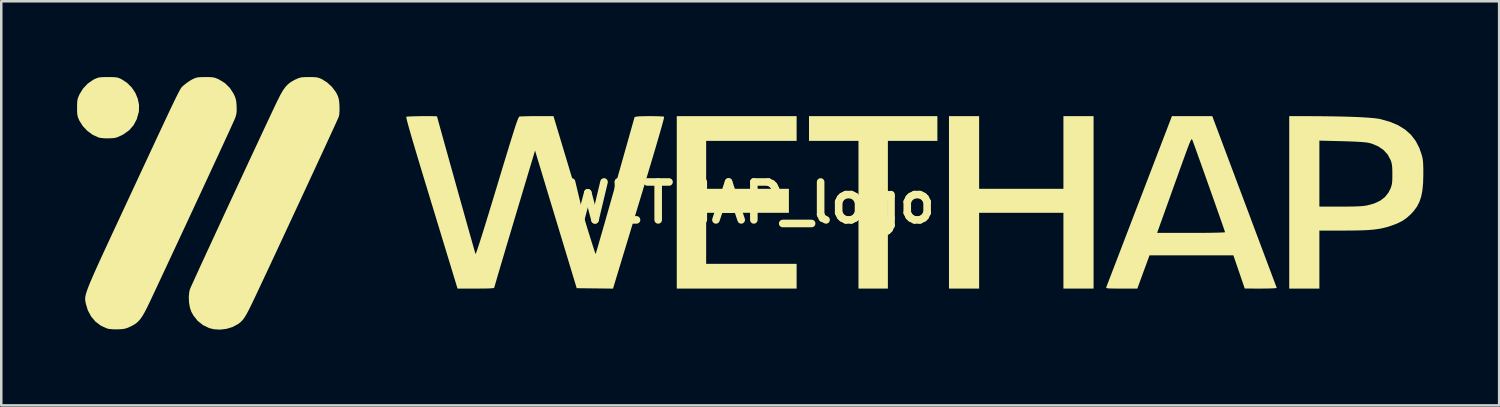
<source format=kicad_pcb>
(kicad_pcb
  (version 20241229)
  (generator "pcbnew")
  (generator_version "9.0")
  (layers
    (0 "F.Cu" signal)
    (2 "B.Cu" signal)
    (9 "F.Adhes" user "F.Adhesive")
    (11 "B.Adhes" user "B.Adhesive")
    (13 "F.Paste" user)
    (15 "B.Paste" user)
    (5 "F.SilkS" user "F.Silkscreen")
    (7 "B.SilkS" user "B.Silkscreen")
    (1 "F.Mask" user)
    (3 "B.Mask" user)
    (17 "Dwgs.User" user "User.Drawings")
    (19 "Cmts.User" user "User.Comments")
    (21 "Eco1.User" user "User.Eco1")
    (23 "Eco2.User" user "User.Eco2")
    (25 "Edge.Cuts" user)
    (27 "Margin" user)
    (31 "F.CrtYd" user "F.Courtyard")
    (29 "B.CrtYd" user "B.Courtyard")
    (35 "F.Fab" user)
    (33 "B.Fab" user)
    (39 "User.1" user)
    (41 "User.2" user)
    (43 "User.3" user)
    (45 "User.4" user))
  (footprint "WETHAP_logo"
    (layer "F.Cu")
    (at 26.639 4.973)
    (property "Reference" "WETHAP_logo" (at 0 0 0) (layer "F.SilkS") (effects (font (size 1.5 1.5) (thickness 0.3))))
    (attr board_only exclude_from_pos_files exclude_from_bom)
    (fp_poly (pts (xy 7.406 -2.938) (xy 7.406 -2.448) (xy 6.427 -2.448) (xy 5.447 -2.448) (xy 5.447 0.474) (xy 5.447 3.397) (xy 4.866 3.397) (xy 4.284 3.397) (xy 4.284 0.474) (xy 4.284 -2.448) (xy 3.305 -2.448) (xy 2.326 -2.448) (xy 2.326 -2.938) (xy 2.326 -3.427) (xy 4.866 -3.427) (xy 7.406 -3.427)) (stroke (width 0) (type solid)) (fill yes) (layer "F.SilkS"))
    (fp_poly (pts (xy 1.836 -2.938) (xy 1.836 -2.448) (xy 0.046 -2.448) (xy -1.744 -2.448) (xy -1.744 -1.5) (xy -1.744 -0.551) (xy -0.107 -0.551) (xy 1.53 -0.551) (xy 1.53 -0.077) (xy 1.53 0.398) (xy -0.107 0.398) (xy -1.744 0.398) (xy -1.744 1.408) (xy -1.744 2.418) (xy 0.046 2.418) (xy 1.836 2.418) (xy 1.836 2.907) (xy 1.836 3.397) (xy -0.536 3.397) (xy -2.907 3.397) (xy -2.907 -0.015) (xy -2.907 -3.427) (xy -0.536 -3.427) (xy 1.836 -3.427)) (stroke (width 0) (type solid)) (fill yes) (layer "F.SilkS"))
    (fp_poly (pts (xy 9.058 -1.989) (xy 9.058 -0.551) (xy 10.726 -0.551) (xy 12.394 -0.551) (xy 12.394 -1.989) (xy 12.394 -3.427) (xy 12.991 -3.427) (xy 13.587 -3.427) (xy 13.587 -0.015) (xy 13.587 3.397) (xy 12.991 3.397) (xy 12.394 3.397) (xy 12.394 1.897) (xy 12.394 0.398) (xy 10.726 0.398) (xy 9.058 0.398) (xy 9.058 1.897) (xy 9.058 3.397) (xy 8.462 3.397) (xy 7.865 3.397) (xy 7.865 -0.015) (xy 7.865 -3.427) (xy 8.462 -3.427) (xy 9.058 -3.427)) (stroke (width 0) (type solid)) (fill yes) (layer "F.SilkS"))
    (fp_poly (pts (xy -25.256 -4.972) (xy -25.142 -4.967) (xy -25.058 -4.956) (xy -24.988 -4.937) (xy -24.916 -4.906) (xy -24.875 -4.885) (xy -24.66 -4.745) (xy -24.478 -4.563) (xy -24.335 -4.35) (xy -24.237 -4.117) (xy -24.187 -3.871) (xy -24.192 -3.625) (xy -24.2 -3.579) (xy -24.278 -3.304) (xy -24.403 -3.068) (xy -24.575 -2.871) (xy -24.795 -2.712) (xy -24.872 -2.671) (xy -24.994 -2.614) (xy -25.09 -2.578) (xy -25.187 -2.559) (xy -25.309 -2.551) (xy -25.383 -2.548) (xy -25.557 -2.55) (xy -25.704 -2.564) (xy -25.789 -2.583) (xy -26.018 -2.687) (xy -26.23 -2.841) (xy -26.411 -3.032) (xy -26.549 -3.25) (xy -26.557 -3.268) (xy -26.595 -3.356) (xy -26.62 -3.436) (xy -26.633 -3.527) (xy -26.639 -3.648) (xy -26.639 -3.764) (xy -26.638 -3.914) (xy -26.631 -4.022) (xy -26.616 -4.107) (xy -26.588 -4.189) (xy -26.544 -4.287) (xy -26.542 -4.292) (xy -26.402 -4.519) (xy -26.22 -4.713) (xy -26.005 -4.863) (xy -25.966 -4.883) (xy -25.883 -4.921) (xy -25.812 -4.947) (xy -25.735 -4.962) (xy -25.638 -4.97) (xy -25.504 -4.973) (xy -25.415 -4.973)) (stroke (width 0) (type solid)) (fill yes) (layer "F.SilkS"))
    (fp_poly (pts (xy 22.194 -3.426) (xy 22.681 -3.423) (xy 23.132 -3.417) (xy 23.544 -3.408) (xy 23.912 -3.396) (xy 24.234 -3.381) (xy 24.506 -3.363) (xy 24.726 -3.343) (xy 24.889 -3.32) (xy 24.941 -3.309) (xy 25.318 -3.202) (xy 25.643 -3.064) (xy 25.918 -2.894) (xy 26.148 -2.689) (xy 26.334 -2.446) (xy 26.48 -2.164) (xy 26.569 -1.907) (xy 26.595 -1.81) (xy 26.613 -1.718) (xy 26.625 -1.618) (xy 26.632 -1.496) (xy 26.636 -1.339) (xy 26.637 -1.135) (xy 26.637 -1.117) (xy 26.628 -0.78) (xy 26.601 -0.494) (xy 26.554 -0.249) (xy 26.483 -0.037) (xy 26.386 0.152) (xy 26.26 0.325) (xy 26.15 0.445) (xy 25.981 0.598) (xy 25.8 0.722) (xy 25.59 0.826) (xy 25.353 0.914) (xy 25.194 0.964) (xy 25.035 1.004) (xy 24.869 1.036) (xy 24.687 1.061) (xy 24.482 1.079) (xy 24.243 1.091) (xy 23.964 1.098) (xy 23.636 1.101) (xy 23.476 1.102) (xy 22.523 1.102) (xy 22.523 2.249) (xy 22.523 3.397) (xy 21.927 3.397) (xy 21.33 3.397) (xy 21.33 -0.015) (xy 21.33 -2.458) (xy 22.523 -2.458) (xy 22.523 -1.152) (xy 22.523 0.153) (xy 23.351 0.153) (xy 23.632 0.152) (xy 23.859 0.149) (xy 24.042 0.143) (xy 24.188 0.135) (xy 24.306 0.123) (xy 24.403 0.107) (xy 24.414 0.105) (xy 24.699 0.027) (xy 24.932 -0.083) (xy 25.118 -0.225) (xy 25.259 -0.404) (xy 25.34 -0.568) (xy 25.372 -0.655) (xy 25.392 -0.74) (xy 25.405 -0.837) (xy 25.41 -0.963) (xy 25.411 -1.132) (xy 25.409 -1.306) (xy 25.402 -1.435) (xy 25.389 -1.535) (xy 25.367 -1.621) (xy 25.342 -1.689) (xy 25.226 -1.907) (xy 25.06 -2.089) (xy 24.849 -2.233) (xy 24.594 -2.339) (xy 24.476 -2.37) (xy 24.364 -2.388) (xy 24.192 -2.403) (xy 23.959 -2.417) (xy 23.664 -2.429) (xy 23.403 -2.436) (xy 22.523 -2.458) (xy 21.33 -2.458) (xy 21.33 -3.427)) (stroke (width 0) (type solid)) (fill yes) (layer "F.SilkS"))
    (fp_poly (pts (xy -17.305 -4.972) (xy -17.196 -4.966) (xy -17.112 -4.952) (xy -17.037 -4.928) (xy -16.952 -4.89) (xy -16.938 -4.883) (xy -16.737 -4.755) (xy -16.553 -4.585) (xy -16.405 -4.389) (xy -16.356 -4.301) (xy -16.311 -4.2) (xy -16.283 -4.105) (xy -16.266 -3.996) (xy -16.256 -3.85) (xy -16.255 -3.822) (xy -16.253 -3.637) (xy -16.264 -3.491) (xy -16.281 -3.408) (xy -16.299 -3.367) (xy -16.34 -3.274) (xy -16.403 -3.134) (xy -16.487 -2.95) (xy -16.59 -2.727) (xy -16.709 -2.469) (xy -16.842 -2.179) (xy -16.989 -1.862) (xy -17.147 -1.521) (xy -17.314 -1.16) (xy -17.488 -0.784) (xy -17.668 -0.397) (xy -17.851 -0.002) (xy -18.037 0.396) (xy -18.222 0.794) (xy -18.405 1.187) (xy -18.584 1.572) (xy -18.758 1.945) (xy -18.924 2.301) (xy -19.081 2.636) (xy -19.227 2.947) (xy -19.36 3.23) (xy -19.477 3.48) (xy -19.578 3.694) (xy -19.66 3.867) (xy -19.721 3.994) (xy -19.827 4.209) (xy -19.915 4.378) (xy -19.99 4.507) (xy -20.059 4.607) (xy -20.128 4.685) (xy -20.202 4.752) (xy -20.278 4.807) (xy -20.489 4.919) (xy -20.729 4.991) (xy -20.981 5.021) (xy -21.227 5.006) (xy -21.412 4.96) (xy -21.659 4.84) (xy -21.867 4.674) (xy -22.037 4.46) (xy -22.117 4.315) (xy -22.174 4.148) (xy -22.208 3.948) (xy -22.218 3.737) (xy -22.201 3.54) (xy -22.174 3.425) (xy -22.156 3.382) (xy -22.114 3.287) (xy -22.049 3.145) (xy -21.965 2.959) (xy -21.861 2.733) (xy -21.742 2.472) (xy -21.607 2.18) (xy -21.459 1.859) (xy -21.3 1.516) (xy -21.132 1.152) (xy -20.957 0.773) (xy -20.776 0.382) (xy -20.591 -0.016) (xy -20.404 -0.418) (xy -20.217 -0.82) (xy -20.032 -1.218) (xy -19.851 -1.607) (xy -19.675 -1.984) (xy -19.506 -2.345) (xy -19.347 -2.686) (xy -19.199 -3.003) (xy -19.063 -3.291) (xy -18.943 -3.548) (xy -18.839 -3.768) (xy -18.753 -3.948) (xy -18.714 -4.029) (xy -18.599 -4.258) (xy -18.496 -4.439) (xy -18.396 -4.579) (xy -18.293 -4.689) (xy -18.178 -4.778) (xy -18.043 -4.855) (xy -18 -4.876) (xy -17.905 -4.919) (xy -17.825 -4.947) (xy -17.743 -4.963) (xy -17.64 -4.971) (xy -17.499 -4.973) (xy -17.459 -4.973)) (stroke (width 0) (type solid)) (fill yes) (layer "F.SilkS"))
    (fp_poly (pts (xy 19.555 -0.043) (xy 19.719 0.393) (xy 19.876 0.813) (xy 20.026 1.214) (xy 20.168 1.591) (xy 20.3 1.942) (xy 20.42 2.263) (xy 20.528 2.55) (xy 20.622 2.8) (xy 20.7 3.01) (xy 20.762 3.174) (xy 20.806 3.291) (xy 20.83 3.356) (xy 20.835 3.369) (xy 20.809 3.378) (xy 20.73 3.385) (xy 20.604 3.391) (xy 20.44 3.395) (xy 20.245 3.397) (xy 20.208 3.397) (xy 19.57 3.396) (xy 19.345 2.739) (xy 19.12 2.081) (xy 17.46 2.081) (xy 15.801 2.081) (xy 15.56 2.739) (xy 15.319 3.397) (xy 14.695 3.397) (xy 14.484 3.397) (xy 14.328 3.395) (xy 14.217 3.392) (xy 14.146 3.386) (xy 14.105 3.378) (xy 14.089 3.366) (xy 14.088 3.349) (xy 14.09 3.343) (xy 14.103 3.308) (xy 14.137 3.22) (xy 14.19 3.081) (xy 14.261 2.897) (xy 14.348 2.669) (xy 14.451 2.402) (xy 14.567 2.1) (xy 14.695 1.766) (xy 14.834 1.404) (xy 14.914 1.193) (xy 16.101 1.193) (xy 17.446 1.193) (xy 17.757 1.193) (xy 18.036 1.191) (xy 18.278 1.188) (xy 18.479 1.184) (xy 18.633 1.179) (xy 18.737 1.174) (xy 18.787 1.168) (xy 18.79 1.165) (xy 18.78 1.133) (xy 18.752 1.049) (xy 18.707 0.919) (xy 18.648 0.75) (xy 18.577 0.547) (xy 18.495 0.316) (xy 18.406 0.063) (xy 18.312 -0.205) (xy 18.213 -0.483) (xy 18.113 -0.765) (xy 18.014 -1.044) (xy 17.918 -1.315) (xy 17.826 -1.573) (xy 17.741 -1.809) (xy 17.666 -2.02) (xy 17.601 -2.199) (xy 17.55 -2.339) (xy 17.515 -2.435) (xy 17.499 -2.477) (xy 17.49 -2.498) (xy 17.48 -2.512) (xy 17.468 -2.513) (xy 17.453 -2.499) (xy 17.433 -2.464) (xy 17.406 -2.405) (xy 17.37 -2.318) (xy 17.323 -2.198) (xy 17.265 -2.041) (xy 17.193 -1.844) (xy 17.105 -1.602) (xy 17 -1.311) (xy 16.877 -0.966) (xy 16.864 -0.931) (xy 16.752 -0.62) (xy 16.644 -0.319) (xy 16.543 -0.036) (xy 16.449 0.225) (xy 16.366 0.456) (xy 16.296 0.653) (xy 16.24 0.807) (xy 16.201 0.915) (xy 16.187 0.956) (xy 16.101 1.193) (xy 14.914 1.193) (xy 14.982 1.017) (xy 15.139 0.608) (xy 15.302 0.183) (xy 15.399 -0.069) (xy 16.688 -3.427) (xy 17.487 -3.427) (xy 18.285 -3.427)) (stroke (width 0) (type solid)) (fill yes) (layer "F.SilkS"))
    (fp_poly (pts (xy -21.407 -4.972) (xy -21.297 -4.966) (xy -21.212 -4.952) (xy -21.133 -4.927) (xy -21.042 -4.887) (xy -21.017 -4.875) (xy -20.787 -4.733) (xy -20.594 -4.544) (xy -20.445 -4.315) (xy -20.43 -4.284) (xy -20.38 -4.17) (xy -20.35 -4.066) (xy -20.333 -3.949) (xy -20.325 -3.81) (xy -20.322 -3.661) (xy -20.33 -3.549) (xy -20.351 -3.449) (xy -20.389 -3.337) (xy -20.39 -3.336) (xy -20.411 -3.286) (xy -20.457 -3.184) (xy -20.525 -3.035) (xy -20.613 -2.841) (xy -20.721 -2.606) (xy -20.846 -2.334) (xy -20.987 -2.03) (xy -21.142 -1.695) (xy -21.309 -1.335) (xy -21.486 -0.952) (xy -21.672 -0.551) (xy -21.866 -0.135) (xy -22.064 0.292) (xy -22.266 0.726) (xy -22.471 1.165) (xy -22.675 1.603) (xy -22.878 2.037) (xy -23.077 2.465) (xy -23.272 2.881) (xy -23.46 3.282) (xy -23.639 3.665) (xy -23.734 3.867) (xy -23.854 4.118) (xy -23.957 4.319) (xy -24.049 4.478) (xy -24.135 4.603) (xy -24.222 4.701) (xy -24.314 4.779) (xy -24.419 4.845) (xy -24.535 4.904) (xy -24.646 4.953) (xy -24.742 4.983) (xy -24.847 5) (xy -24.983 5.008) (xy -25.033 5.01) (xy -25.226 5.008) (xy -25.379 4.993) (xy -25.452 4.976) (xy -25.698 4.865) (xy -25.909 4.706) (xy -26.081 4.504) (xy -26.211 4.264) (xy -26.292 3.998) (xy -26.302 3.946) (xy -26.311 3.898) (xy -26.317 3.851) (xy -26.319 3.801) (xy -26.316 3.746) (xy -26.306 3.683) (xy -26.288 3.609) (xy -26.261 3.52) (xy -26.224 3.415) (xy -26.176 3.289) (xy -26.115 3.14) (xy -26.04 2.965) (xy -25.951 2.761) (xy -25.845 2.525) (xy -25.721 2.253) (xy -25.579 1.944) (xy -25.417 1.593) (xy -25.234 1.199) (xy -25.028 0.758) (xy -24.799 0.266) (xy -24.584 -0.195) (xy -24.318 -0.767) (xy -24.076 -1.287) (xy -23.857 -1.756) (xy -23.66 -2.178) (xy -23.485 -2.555) (xy -23.328 -2.889) (xy -23.19 -3.184) (xy -23.069 -3.442) (xy -22.964 -3.665) (xy -22.872 -3.857) (xy -22.794 -4.019) (xy -22.728 -4.155) (xy -22.672 -4.267) (xy -22.626 -4.358) (xy -22.587 -4.43) (xy -22.555 -4.487) (xy -22.529 -4.53) (xy -22.506 -4.562) (xy -22.486 -4.586) (xy -22.468 -4.604) (xy -22.45 -4.62) (xy -22.431 -4.636) (xy -22.409 -4.654) (xy -22.401 -4.661) (xy -22.287 -4.752) (xy -22.157 -4.839) (xy -22.07 -4.887) (xy -21.987 -4.926) (xy -21.912 -4.951) (xy -21.829 -4.965) (xy -21.721 -4.971) (xy -21.57 -4.973) (xy -21.559 -4.973)) (stroke (width 0) (type solid)) (fill yes) (layer "F.SilkS"))
    (fp_poly (pts (xy -12.587 -3.427) (xy -12.478 -3.424) (xy -12.41 -3.42) (xy -12.394 -3.416) (xy -12.386 -3.384) (xy -12.363 -3.298) (xy -12.326 -3.163) (xy -12.277 -2.985) (xy -12.216 -2.768) (xy -12.147 -2.517) (xy -12.069 -2.237) (xy -11.984 -1.934) (xy -11.895 -1.613) (xy -11.801 -1.277) (xy -11.705 -0.933) (xy -11.608 -0.586) (xy -11.511 -0.24) (xy -11.416 0.099) (xy -11.324 0.427) (xy -11.237 0.737) (xy -11.156 1.027) (xy -11.082 1.289) (xy -11.017 1.519) (xy -10.962 1.713) (xy -10.919 1.865) (xy -10.889 1.97) (xy -10.873 2.023) (xy -10.871 2.028) (xy -10.858 2.01) (xy -10.828 1.933) (xy -10.782 1.798) (xy -10.719 1.606) (xy -10.639 1.356) (xy -10.543 1.051) (xy -10.431 0.688) (xy -10.303 0.27) (xy -10.159 -0.203) (xy -10.022 -0.655) (xy -9.88 -1.126) (xy -9.755 -1.54) (xy -9.644 -1.903) (xy -9.548 -2.217) (xy -9.465 -2.486) (xy -9.394 -2.713) (xy -9.334 -2.901) (xy -9.285 -3.053) (xy -9.244 -3.174) (xy -9.21 -3.265) (xy -9.184 -3.331) (xy -9.163 -3.375) (xy -9.147 -3.4) (xy -9.135 -3.41) (xy -9.087 -3.415) (xy -8.988 -3.419) (xy -8.847 -3.423) (xy -8.676 -3.426) (xy -8.484 -3.427) (xy -8.43 -3.427) (xy -7.786 -3.427) (xy -6.963 -0.688) (xy -6.844 -0.294) (xy -6.729 0.084) (xy -6.621 0.439) (xy -6.52 0.769) (xy -6.428 1.07) (xy -6.345 1.337) (xy -6.273 1.566) (xy -6.213 1.754) (xy -6.167 1.896) (xy -6.136 1.988) (xy -6.12 2.027) (xy -6.119 2.028) (xy -6.108 1.995) (xy -6.081 1.908) (xy -6.04 1.771) (xy -5.987 1.587) (xy -5.922 1.361) (xy -5.846 1.096) (xy -5.76 0.798) (xy -5.667 0.47) (xy -5.566 0.117) (xy -5.46 -0.258) (xy -5.349 -0.65) (xy -5.337 -0.694) (xy -4.576 -3.392) (xy -4.488 -3.41) (xy -4.421 -3.417) (xy -4.311 -3.422) (xy -4.172 -3.425) (xy -4.015 -3.427) (xy -3.854 -3.426) (xy -3.7 -3.424) (xy -3.568 -3.419) (xy -3.468 -3.414) (xy -3.413 -3.406) (xy -3.409 -3.404) (xy -3.41 -3.375) (xy -3.428 -3.296) (xy -3.462 -3.166) (xy -3.512 -2.984) (xy -3.579 -2.749) (xy -3.663 -2.461) (xy -3.763 -2.118) (xy -3.881 -1.721) (xy -4.017 -1.268) (xy -4.17 -0.758) (xy -4.342 -0.191) (xy -4.402 0.008) (xy -5.43 3.398) (xy -6.149 3.39) (xy -6.867 3.382) (xy -7.641 0.826) (xy -7.758 0.44) (xy -7.871 0.068) (xy -7.978 -0.285) (xy -8.078 -0.616) (xy -8.169 -0.919) (xy -8.251 -1.19) (xy -8.322 -1.424) (xy -8.38 -1.617) (xy -8.425 -1.764) (xy -8.454 -1.86) (xy -8.465 -1.897) (xy -8.515 -2.066) (xy -9.322 0.627) (xy -9.439 1.02) (xy -9.552 1.397) (xy -9.658 1.752) (xy -9.756 2.083) (xy -9.846 2.385) (xy -9.925 2.655) (xy -9.994 2.886) (xy -10.049 3.077) (xy -10.091 3.221) (xy -10.118 3.316) (xy -10.129 3.358) (xy -10.129 3.359) (xy -10.143 3.371) (xy -10.188 3.381) (xy -10.271 3.388) (xy -10.396 3.393) (xy -10.57 3.396) (xy -10.798 3.397) (xy -10.856 3.397) (xy -11.583 3.397) (xy -12.615 0.009) (xy -12.783 -0.543) (xy -12.934 -1.039) (xy -13.068 -1.481) (xy -13.185 -1.871) (xy -13.286 -2.211) (xy -13.373 -2.504) (xy -13.445 -2.751) (xy -13.503 -2.955) (xy -13.548 -3.118) (xy -13.581 -3.242) (xy -13.602 -3.33) (xy -13.611 -3.382) (xy -13.61 -3.402) (xy -13.61 -3.403) (xy -13.572 -3.409) (xy -13.486 -3.414) (xy -13.363 -3.419) (xy -13.214 -3.423) (xy -13.051 -3.426) (xy -12.884 -3.427) (xy -12.726 -3.428)) (stroke (width 0) (type solid)) (fill yes) (layer "F.SilkS")))
  (gr_rect
    (start -3 -3)
    (end 56.276 12.994)
    (stroke (width 0.1) (type default))
    (fill no)
    (layer "Edge.Cuts")))
</source>
